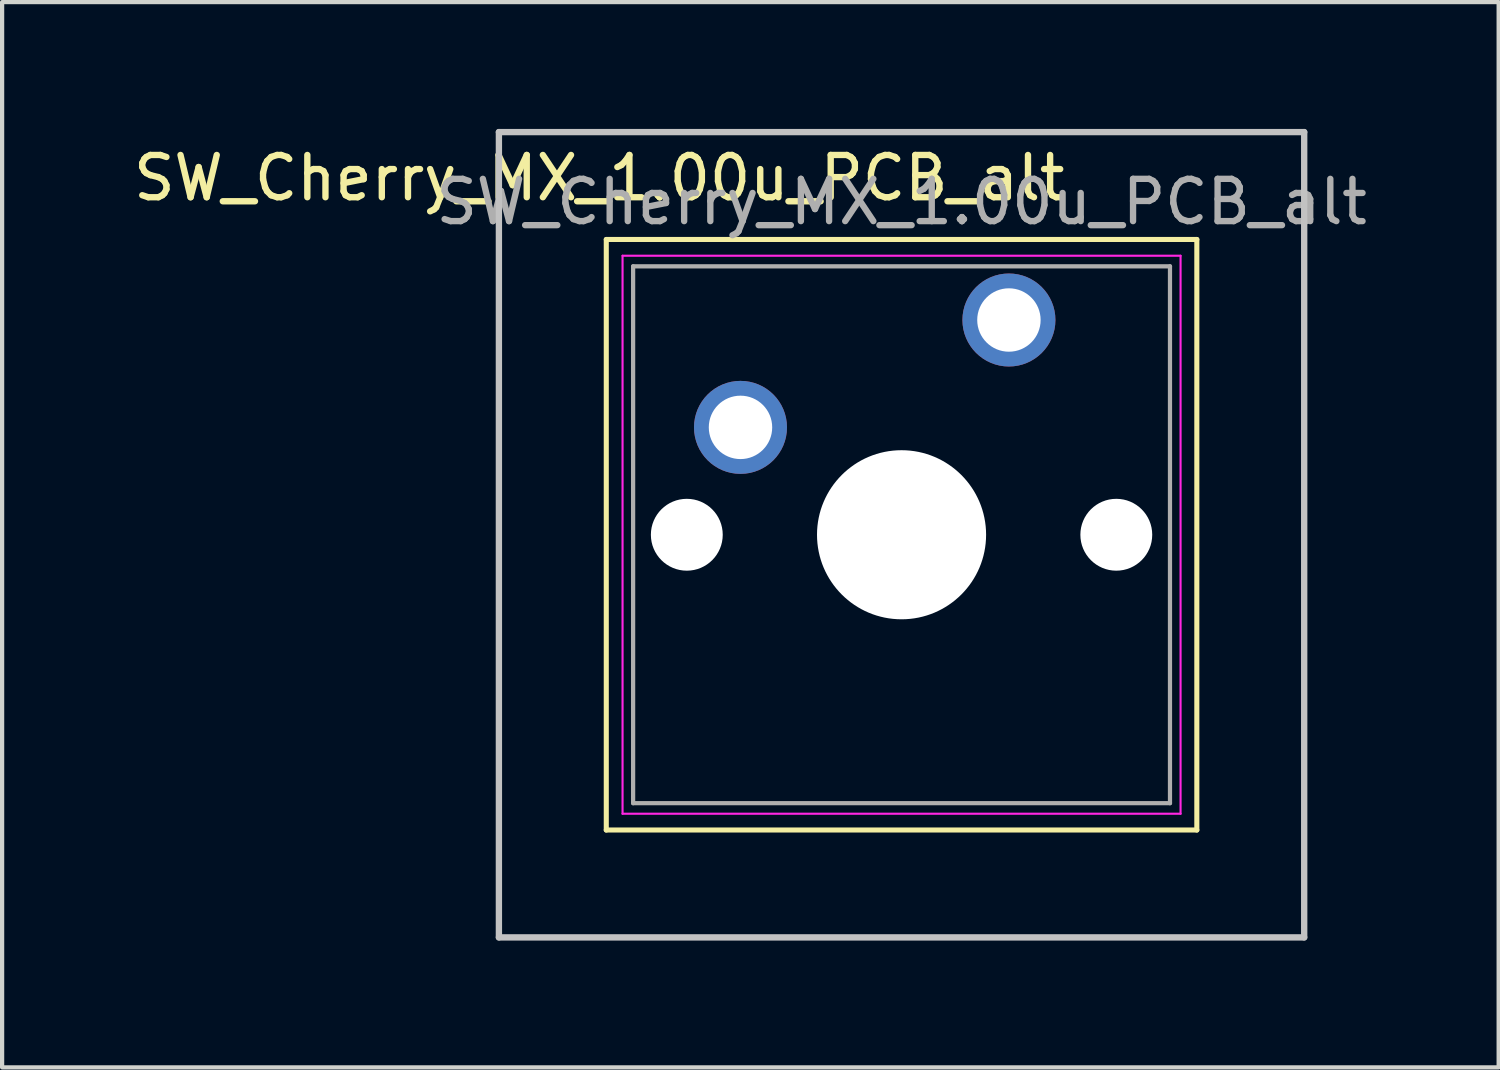
<source format=kicad_pcb>
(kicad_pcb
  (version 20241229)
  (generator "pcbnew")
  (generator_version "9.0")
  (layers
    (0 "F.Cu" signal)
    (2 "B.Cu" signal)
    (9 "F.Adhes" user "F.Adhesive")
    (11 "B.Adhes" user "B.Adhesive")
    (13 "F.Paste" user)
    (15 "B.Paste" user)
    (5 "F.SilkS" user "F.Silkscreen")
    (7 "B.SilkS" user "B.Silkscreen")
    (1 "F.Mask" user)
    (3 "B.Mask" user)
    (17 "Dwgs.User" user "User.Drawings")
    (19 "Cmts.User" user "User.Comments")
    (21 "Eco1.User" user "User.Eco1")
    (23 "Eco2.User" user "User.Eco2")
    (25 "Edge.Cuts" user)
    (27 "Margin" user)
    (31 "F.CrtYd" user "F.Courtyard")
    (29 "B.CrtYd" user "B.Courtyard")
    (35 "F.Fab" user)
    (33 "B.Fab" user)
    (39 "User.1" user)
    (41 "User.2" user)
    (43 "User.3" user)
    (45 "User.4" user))
  (footprint "SW_Cherry_MX_1.00u_PCB_alt"
    (layer "F.Cu")
    (at 20.817 4.52)
    (property "Reference" "SW_Cherry_MX_1.00u_PCB_alt" (at -9.692 -3.359 0) (layer "F.SilkS") (effects (font (size 1 1) (thickness 0.15))))
    (attr through_hole)
    (fp_line (start -9.525 -1.905) (end 4.445 -1.905) (stroke (width 0.12) (type solid)) (layer "F.SilkS"))
    (fp_line (start -9.525 12.065) (end -9.525 -1.905) (stroke (width 0.12) (type solid)) (layer "F.SilkS"))
    (fp_line (start 4.445 -1.905) (end 4.445 12.065) (stroke (width 0.12) (type solid)) (layer "F.SilkS"))
    (fp_line (start 4.445 12.065) (end -9.525 12.065) (stroke (width 0.12) (type solid)) (layer "F.SilkS"))
    (fp_line (start -12.065 -4.445) (end 6.985 -4.445) (stroke (width 0.15) (type solid)) (layer "Dwgs.User"))
    (fp_line (start -12.065 14.605) (end -12.065 -4.445) (stroke (width 0.15) (type solid)) (layer "Dwgs.User"))
    (fp_line (start 6.985 -4.445) (end 6.985 14.605) (stroke (width 0.15) (type solid)) (layer "Dwgs.User"))
    (fp_line (start 6.985 14.605) (end -12.065 14.605) (stroke (width 0.15) (type solid)) (layer "Dwgs.User"))
    (fp_line (start -9.14 -1.52) (end 4.06 -1.52) (stroke (width 0.05) (type solid)) (layer "F.CrtYd"))
    (fp_line (start -9.14 11.68) (end -9.14 -1.52) (stroke (width 0.05) (type solid)) (layer "F.CrtYd"))
    (fp_line (start 4.06 -1.52) (end 4.06 11.68) (stroke (width 0.05) (type solid)) (layer "F.CrtYd"))
    (fp_line (start 4.06 11.68) (end -9.14 11.68) (stroke (width 0.05) (type solid)) (layer "F.CrtYd"))
    (fp_line (start -8.89 -1.27) (end 3.81 -1.27) (stroke (width 0.1) (type solid)) (layer "F.Fab"))
    (fp_line (start -8.89 11.43) (end -8.89 -1.27) (stroke (width 0.1) (type solid)) (layer "F.Fab"))
    (fp_line (start 3.81 -1.27) (end 3.81 11.43) (stroke (width 0.1) (type solid)) (layer "F.Fab"))
    (fp_line (start 3.81 11.43) (end -8.89 11.43) (stroke (width 0.1) (type solid)) (layer "F.Fab"))
    (fp_text user "${REFERENCE}" (at -2.54 -2.794 0) (layer "F.Fab") (effects (font (size 1 1) (thickness 0.15))))
    (pad "" np_thru_hole circle (at -7.62 5.08) (size 1.7 1.7) (drill 1.7) (layers "*.Cu" "*.Mask"))
    (pad "" np_thru_hole circle (at -2.54 5.08) (size 4 4) (drill 4) (layers "*.Cu" "*.Mask"))
    (pad "" np_thru_hole circle (at 2.54 5.08) (size 1.7 1.7) (drill 1.7) (layers "*.Cu" "*.Mask"))
    (pad "1" thru_hole circle (at 0 0) (size 2.2 2.2) (drill 1.5) (layers "*.Cu" "*.Mask"))
    (pad "2" thru_hole circle (at -6.35 2.54) (size 2.2 2.2) (drill 1.5) (layers "*.Cu" "*.Mask")))
  (gr_rect
    (start -3 -3)
    (end 32.402 22.2)
    (stroke (width 0.1) (type default))
    (fill no)
    (layer "Edge.Cuts")))
</source>
